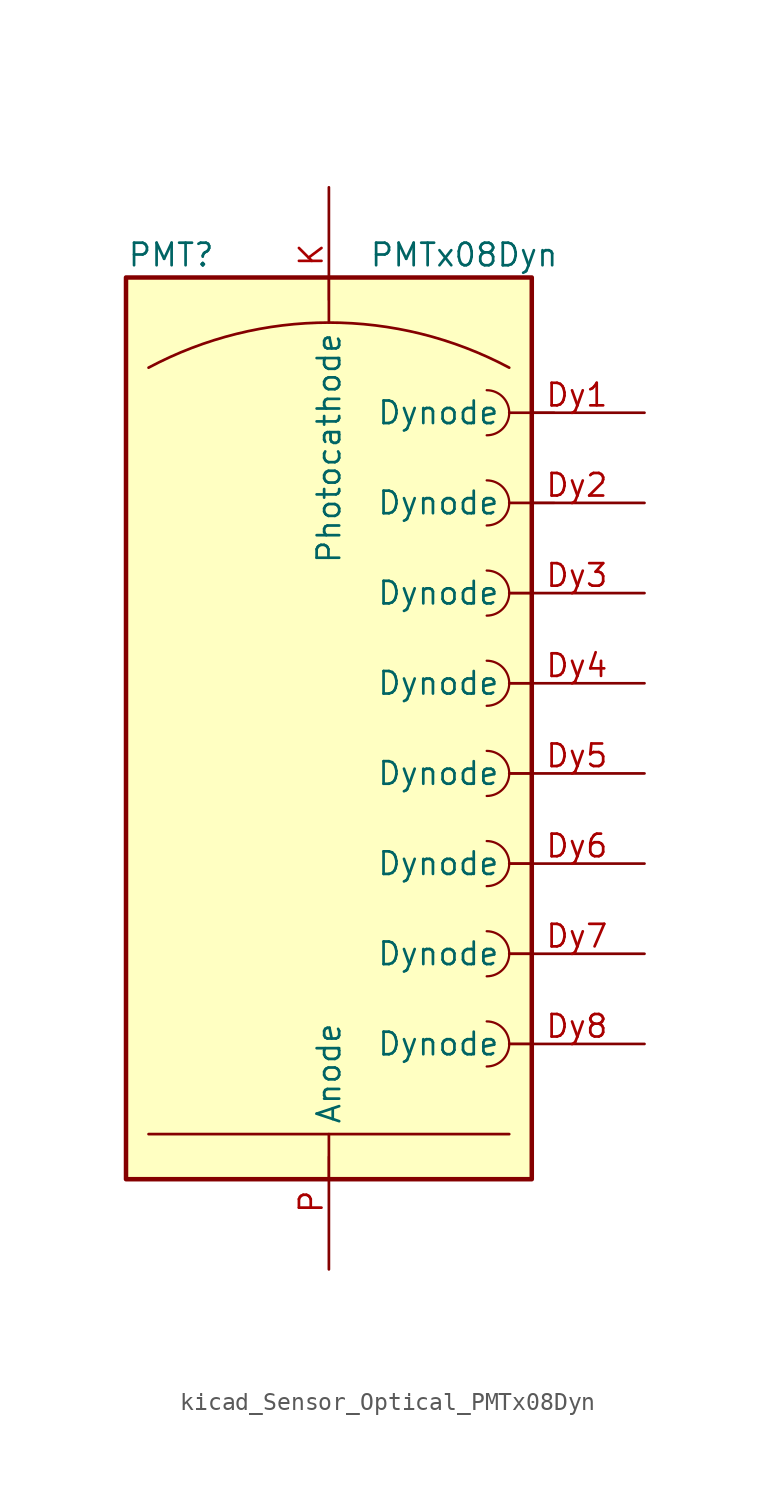
<source format=kicad_sym>
(kicad_symbol_lib
  (version 20220914)
  (generator kicad_symbol_editor)
  (symbol "kicad_Sensor_Optical_PMTx08Dyn"
    (property "Reference" "PMT"
      (at -8.89 26.67 0)
      (effects (font (size 1.27 1.27))))
    (property "Value" "PMTx08Dyn"
      (at 7.62 26.67 0)
      (effects (font (size 1.27 1.27))))
    (symbol "kicad_Sensor_Optical_PMTx08Dyn_0_1"
      (polyline (pts (xy 0 -25.4) (xy 0 -24.13)) (stroke (width 0.127) (type default)) (fill (type none)))
      (polyline (pts (xy 0 25.4) (xy 0 24.13)) (stroke (width 0.127) (type default)) (fill (type none)))
      (polyline (pts (xy 10.16 -22.86) (xy -10.16 -22.86)) (stroke (width 0) (type default)) (fill (type none)))
      (polyline (pts (xy 11.43 -17.78) (xy 10.16 -17.78)) (stroke (width 0.127) (type default)) (fill (type none)))
      (polyline (pts (xy 11.43 -12.7) (xy 10.16 -12.7)) (stroke (width 0.127) (type default)) (fill (type none)))
      (polyline (pts (xy 11.43 -7.62) (xy 10.16 -7.62)) (stroke (width 0.127) (type default)) (fill (type none)))
      (polyline (pts (xy 11.43 -2.54) (xy 10.16 -2.54)) (stroke (width 0.127) (type default)) (fill (type none)))
      (polyline (pts (xy 11.43 2.54) (xy 10.16 2.54)) (stroke (width 0.127) (type default)) (fill (type none)))
      (polyline (pts (xy 11.43 7.62) (xy 10.16 7.62)) (stroke (width 0.127) (type default)) (fill (type none)))
      (polyline (pts (xy 12.7 12.7) (xy 11.43 12.7)) (stroke (width 0.127) (type default)) (fill (type none)))
      (polyline (pts (xy 12.7 17.78) (xy 11.43 17.78)) (stroke (width 0.127) (type default)) (fill (type none)))
      (arc (start 8.89 -19.05) (mid 10.1545 -17.78) (end 8.89 -16.51) (stroke (width 0.127) (type default)) (fill (type none)))
      (arc (start 8.89 -13.97) (mid 10.1545 -12.7) (end 8.89 -11.43) (stroke (width 0.127) (type default)) (fill (type none)))
      (arc (start 8.89 -8.89) (mid 10.1545 -7.62) (end 8.89 -6.35) (stroke (width 0.127) (type default)) (fill (type none)))
      (arc (start 8.89 -3.81) (mid 10.1545 -2.54) (end 8.89 -1.27) (stroke (width 0.127) (type default)) (fill (type none)))
      (arc (start 8.89 1.27) (mid 10.1545 2.54) (end 8.89 3.81) (stroke (width 0.127) (type default)) (fill (type none)))
      (arc (start 8.89 6.35) (mid 10.1545 7.62) (end 8.89 8.89) (stroke (width 0.127) (type default)) (fill (type none)))
      (arc (start 8.89 11.43) (mid 10.1545 12.7) (end 8.89 13.97) (stroke (width 0.127) (type default)) (fill (type none)))
      (arc (start 8.89 16.51) (mid 10.1545 17.78) (end 8.89 19.05) (stroke (width 0.127) (type default)) (fill (type none)))
      (arc (start 10.16 20.32) (mid 0 22.86) (end -10.16 20.32) (stroke (width 0) (type default)) (fill (type none)))
      (rectangle (start 11.43 -25.4) (end -11.43 25.4) (stroke (width 0.254) (type default)) (fill (type background))))
    (symbol "kicad_Sensor_Optical_PMTx08Dyn_1_1"
      (pin passive line (at 17.78 17.78 180) (length 7.62) (name "Dynode" (effects (font (size 1.27 1.27)))) (number "Dy1" (effects (font (size 1.27 1.27)))))
      (pin passive line (at 17.78 12.7 180) (length 7.62) (name "Dynode" (effects (font (size 1.27 1.27)))) (number "Dy2" (effects (font (size 1.27 1.27)))))
      (pin passive line (at 17.78 7.62 180) (length 7.62) (name "Dynode" (effects (font (size 1.27 1.27)))) (number "Dy3" (effects (font (size 1.27 1.27)))))
      (pin passive line (at 17.78 2.54 180) (length 7.62) (name "Dynode" (effects (font (size 1.27 1.27)))) (number "Dy4" (effects (font (size 1.27 1.27)))))
      (pin passive line (at 17.78 -2.54 180) (length 7.62) (name "Dynode" (effects (font (size 1.27 1.27)))) (number "Dy5" (effects (font (size 1.27 1.27)))))
      (pin passive line (at 17.78 -7.62 180) (length 7.62) (name "Dynode" (effects (font (size 1.27 1.27)))) (number "Dy6" (effects (font (size 1.27 1.27)))))
      (pin passive line (at 17.78 -12.7 180) (length 7.62) (name "Dynode" (effects (font (size 1.27 1.27)))) (number "Dy7" (effects (font (size 1.27 1.27)))))
      (pin passive line (at 17.78 -17.78 180) (length 7.62) (name "Dynode" (effects (font (size 1.27 1.27)))) (number "Dy8" (effects (font (size 1.27 1.27)))))
      (pin passive line (at 0 30.48 270) (length 7.62) (name "Photocathode" (effects (font (size 1.27 1.27)))) (number "K" (effects (font (size 1.27 1.27)))))
      (pin passive line (at 0 -30.48 90) (length 7.62) (name "Anode" (effects (font (size 1.27 1.27)))) (number "P" (effects (font (size 1.27 1.27))))))))
</source>
